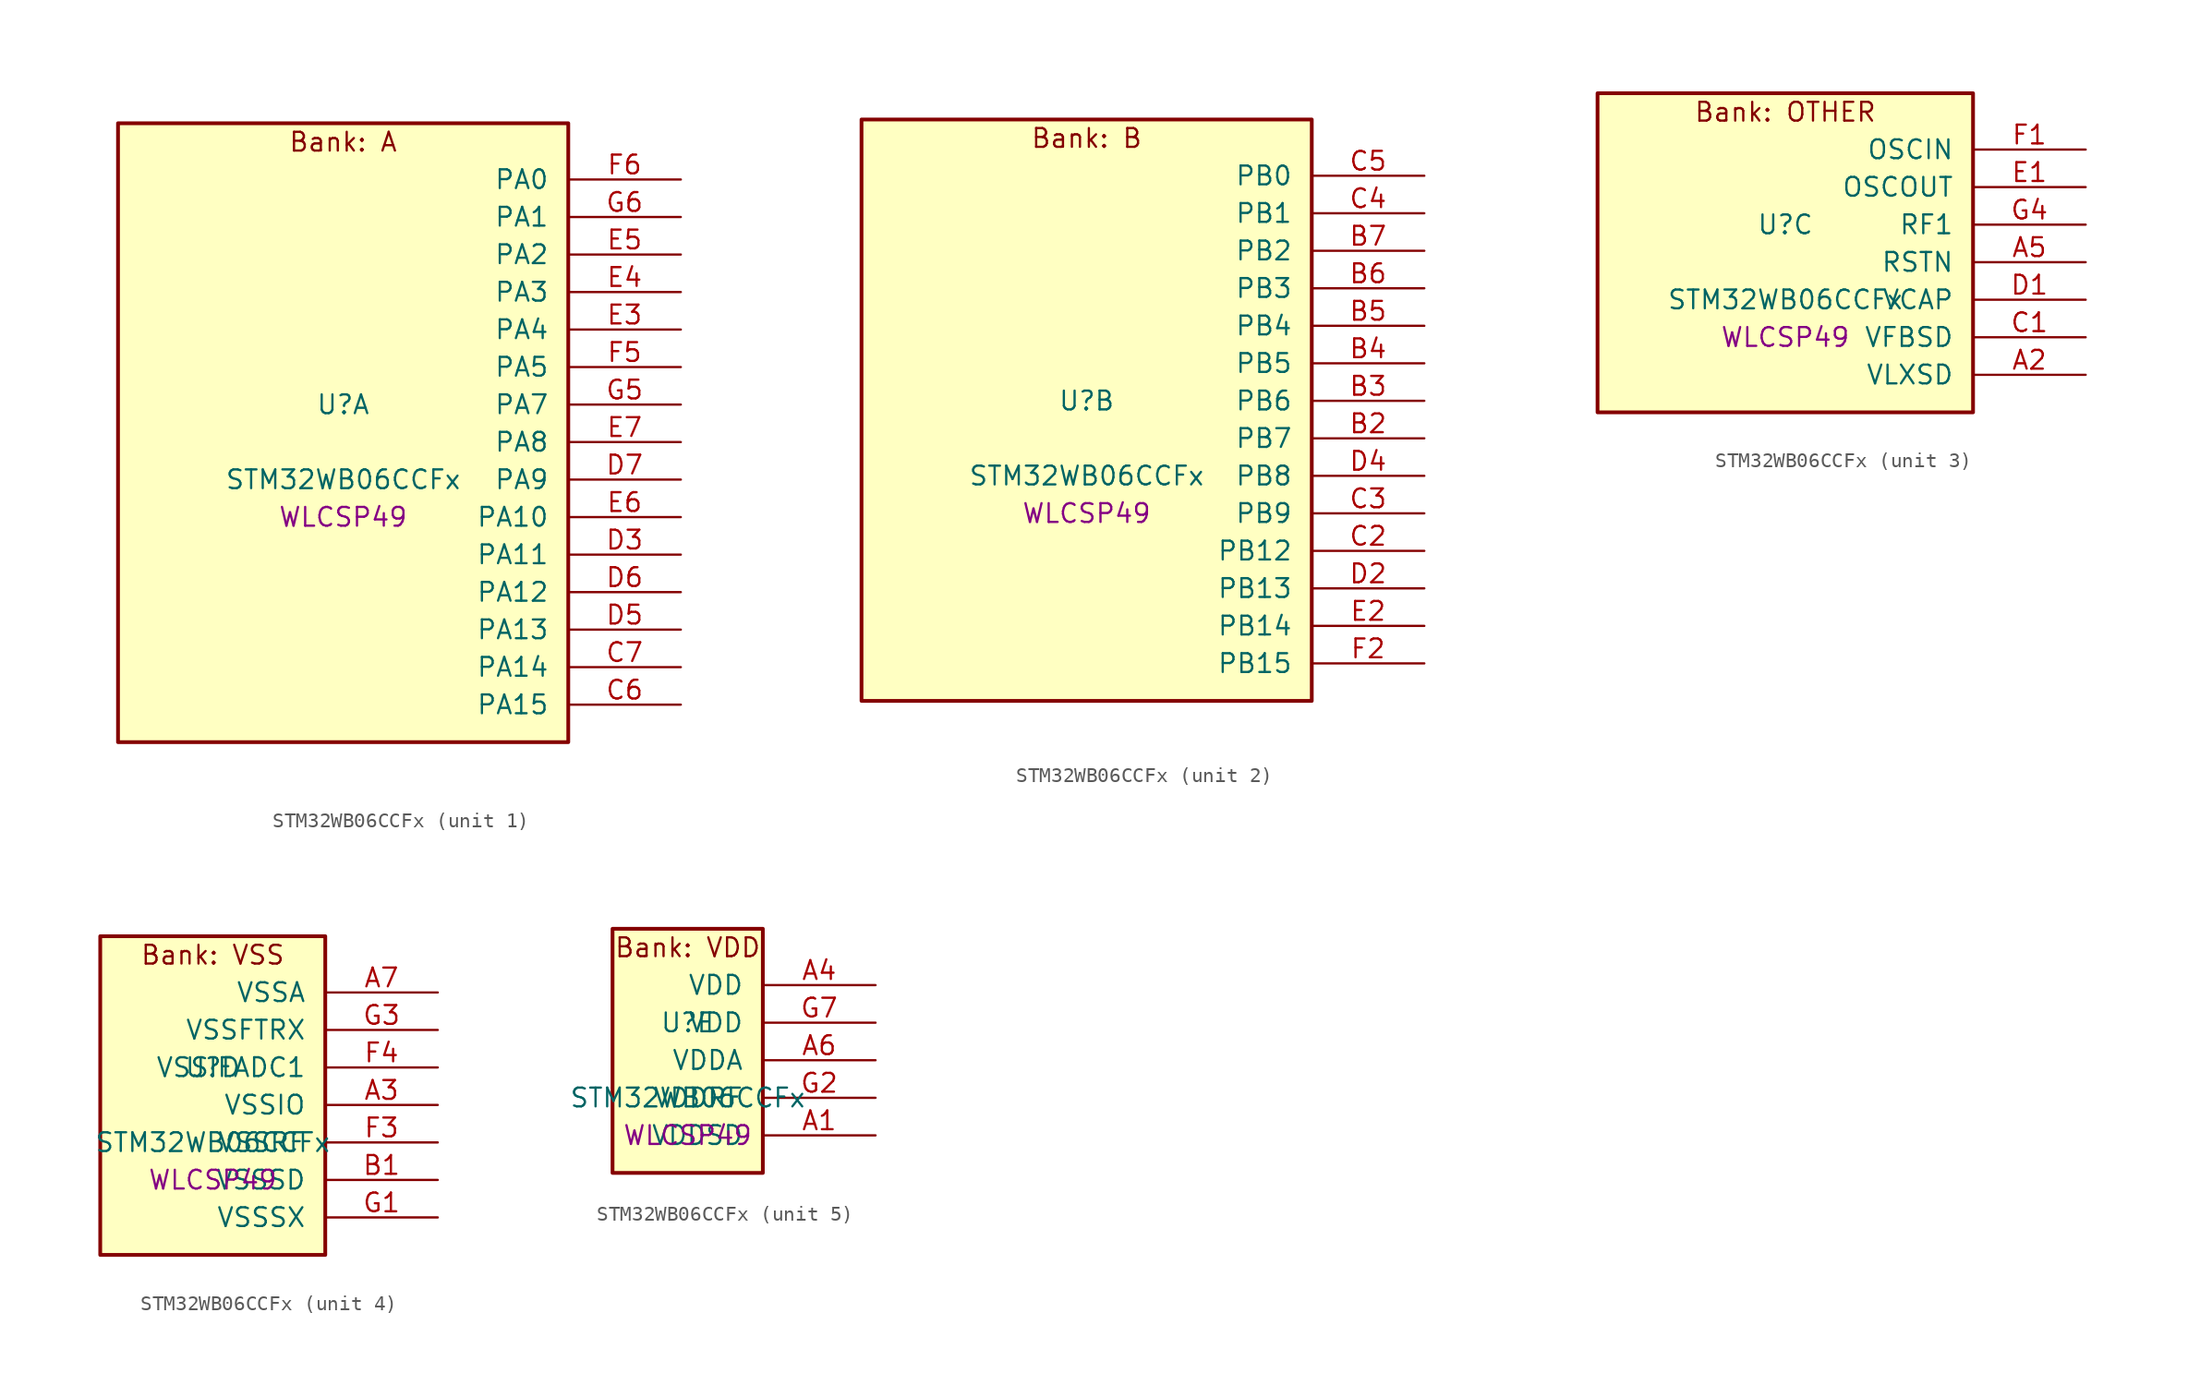
<source format=kicad_sym>
(kicad_symbol_lib
  (version 20241209)
  (generator "stm32_pkl_generator")
  (generator_version "1.0")
  (symbol "STM32WB06CCFx"
    (pin_names
      (offset 1.27))
    (property "Reference" "U"
      (at 0 2.54 0))
    (property "Value" "STM32WB06CCFx"
      (at 0 -2.54 0))
    (property "Footprint" "WLCSP49"
      (at 0 -5.08 0))
    (symbol "STM32WB06CCFx_1_1"
      (rectangle (start -15.24 21.59) (end 15.24 -20.32) (stroke (width 0.254) (type solid)) (fill (type background)))
      (text "Bank: A" (at 0 20.32 0))
      (pin bidirectional line (at 22.86 17.78 180) (length 7.62) (name "PA0") (number "F6") (alternate "PA0/I2C1_SCL" bidirectional line) (alternate "PA0/I2S2_MCK" bidirectional line) (alternate "PA0/PWR_WKUP12" bidirectional line) (alternate "PA0/TIM1_CH3" bidirectional line) (alternate "PA0/USART1_CTS" bidirectional line))
      (pin bidirectional line (at 22.86 15.24 180) (length 7.62) (name "PA1") (number "G6") (alternate "PA1/I2C1_SDA" bidirectional line) (alternate "PA1/PWR_WKUP13" bidirectional line) (alternate "PA1/SPI2_MISO" bidirectional line) (alternate "PA1/TIM1_CH4" bidirectional line) (alternate "PA1/USART1_TX" bidirectional line))
      (pin bidirectional line (at 22.86 12.7 180) (length 7.62) (name "PA2") (number "E5") (alternate "PA2/DEBUG_SWDIO" bidirectional line) (alternate "PA2/I2S3_MCK" bidirectional line) (alternate "PA2/PWR_WKUP14" bidirectional line) (alternate "PA2/USART1_CK" bidirectional line))
      (pin bidirectional line (at 22.86 10.16 180) (length 7.62) (name "PA3") (number "E4") (alternate "PA3/DEBUG_SWCLK" bidirectional line) (alternate "PA3/I2S3_SCK" bidirectional line) (alternate "PA3/PWR_WKUP15" bidirectional line) (alternate "PA3/SPI3_SCK" bidirectional line) (alternate "PA3/TIM1_BKIN2" bidirectional line) (alternate "PA3/USART1_DE" bidirectional line) (alternate "PA3/USART1_RTS" bidirectional line))
      (pin bidirectional line (at 22.86 7.62 180) (length 7.62) (name "PA4") (number "E3") (alternate "PA4/I2S2_WS" bidirectional line) (alternate "PA4/LPUART1_TX" bidirectional line) (alternate "PA4/PWR_WKUP16" bidirectional line) (alternate "PA4/RCC_LCO" bidirectional line) (alternate "PA4/SPI2_NSS" bidirectional line) (alternate "PA4/TIM1_CH1" bidirectional line))
      (pin bidirectional line (at 22.86 5.08 180) (length 7.62) (name "PA5") (number "F5") (alternate "PA5/I2S2_SCK" bidirectional line) (alternate "PA5/LPUART1_RX" bidirectional line) (alternate "PA5/PWR_WKUP17" bidirectional line) (alternate "PA5/RCC_LCO" bidirectional line) (alternate "PA5/RCC_MCO" bidirectional line) (alternate "PA5/SPI2_SCK" bidirectional line) (alternate "PA5/TIM1_CH2" bidirectional line))
      (pin bidirectional line (at 22.86 2.54 180) (length 7.62) (name "PA7") (number "G5") (alternate "PA7/I2S2_SCK" bidirectional line) (alternate "PA7/LPUART1_DE" bidirectional line) (alternate "PA7/LPUART1_RTS" bidirectional line) (alternate "PA7/PWR_WKUP19" bidirectional line) (alternate "PA7/RTC_OUT" bidirectional line) (alternate "PA7/SPI2_MISO" bidirectional line) (alternate "PA7/SPI2_SCK" bidirectional line) (alternate "PA7/TIM1_CH2" bidirectional line))
      (pin bidirectional line (at 22.86 0 180) (length 7.62) (name "PA8") (number "E7") (alternate "PA8/PWR_WKUP8" bidirectional line) (alternate "PA8/PWR_WKUP20" bidirectional line) (alternate "PA8/RADIO_RX_SEQUENCE" bidirectional line) (alternate "PA8/RTC_OUT" bidirectional line) (alternate "PA8/SPI1_MOSI" bidirectional line) (alternate "PA8/SPI3_MISO" bidirectional line) (alternate "PA8/TIM1_CH3" bidirectional line) (alternate "PA8/USART1_RX" bidirectional line))
      (pin bidirectional line (at 22.86 -2.54 180) (length 7.62) (name "PA9") (number "D7") (alternate "PA9/I2S3_WS" bidirectional line) (alternate "PA9/PWR_WKUP9" bidirectional line) (alternate "PA9/PWR_WKUP21" bidirectional line) (alternate "PA9/RTC_OUT" bidirectional line) (alternate "PA9/SPI1_SCK" bidirectional line) (alternate "PA9/SPI3_NSS" bidirectional line) (alternate "PA9/TIM1_CH4" bidirectional line) (alternate "PA9/USART1_TX" bidirectional line))
      (pin bidirectional line (at 22.86 -5.08 180) (length 7.62) (name "PA10") (number "E6") (alternate "PA10/I2S3_MCK" bidirectional line) (alternate "PA10/PWR_WKUP10" bidirectional line) (alternate "PA10/PWR_WKUP22" bidirectional line) (alternate "PA10/RADIO_TX_SEQUENCE" bidirectional line) (alternate "PA10/RCC_LCO" bidirectional line) (alternate "PA10/SPI1_MISO" bidirectional line))
      (pin bidirectional line (at 22.86 -7.62 180) (length 7.62) (name "PA11") (number "D3") (alternate "PA11/I2S3_SD" bidirectional line) (alternate "PA11/PWR_WKUP11" bidirectional line) (alternate "PA11/PWR_WKUP23" bidirectional line) (alternate "PA11/RADIO_RX_SEQUENCE" bidirectional line) (alternate "PA11/RCC_MCO" bidirectional line) (alternate "PA11/RTC_OUT" bidirectional line) (alternate "PA11/SPI1_NSS" bidirectional line) (alternate "PA11/SPI3_MOSI" bidirectional line))
      (pin bidirectional line (at 22.86 -10.16 180) (length 7.62) (name "PA12") (number "D6") (alternate "PA12/ADC1_VINM3" bidirectional line) (alternate "PA12/I2C1_SMBA" bidirectional line) (alternate "PA12/I2S2_SD" bidirectional line) (alternate "PA12/PWR_WKUP24" bidirectional line) (alternate "PA12/SPI1_NSS" bidirectional line) (alternate "PA12/SPI2_MOSI" bidirectional line) (alternate "PA12/TIM1_CH1" bidirectional line))
      (pin bidirectional line (at 22.86 -12.7 180) (length 7.62) (name "PA13") (number "D5") (alternate "PA13/ADC1_VINP3" bidirectional line) (alternate "PA13/I2C2_SCL" bidirectional line) (alternate "PA13/PWR_WKUP25" bidirectional line) (alternate "PA13/SPI1_SCK" bidirectional line) (alternate "PA13/SPI2_MISO" bidirectional line) (alternate "PA13/TIM1_ETR" bidirectional line))
      (pin bidirectional line (at 22.86 -15.24 180) (length 7.62) (name "PA14") (number "C7") (alternate "PA14/ADC1_VINM2" bidirectional line) (alternate "PA14/I2C2_SDA" bidirectional line) (alternate "PA14/PWR_WKUP26" bidirectional line) (alternate "PA14/SPI1_MISO" bidirectional line))
      (pin bidirectional line (at 22.86 -17.78 180) (length 7.62) (name "PA15") (number "C6") (alternate "PA15/ADC1_VINP2" bidirectional line) (alternate "PA15/I2C2_SMBA" bidirectional line) (alternate "PA15/PWR_WKUP27" bidirectional line) (alternate "PA15/SPI1_MOSI" bidirectional line) (alternate "PA15/TIM1_BKIN2" bidirectional line)))
    (symbol "STM32WB06CCFx_2_1"
      (rectangle (start -15.24 21.59) (end 15.24 -17.78) (stroke (width 0.254) (type solid)) (fill (type background)))
      (text "Bank: B" (at 0 20.32 0))
      (pin bidirectional line (at 22.86 17.78 180) (length 7.62) (name "PB0") (number "C5") (alternate "PB0/ADC1_VINM1" bidirectional line) (alternate "PB0/LPUART1_DE" bidirectional line) (alternate "PB0/LPUART1_RTS" bidirectional line) (alternate "PB0/PWR_WKUP0" bidirectional line) (alternate "PB0/TIM1_CH2N" bidirectional line) (alternate "PB0/USART1_RX" bidirectional line))
      (pin bidirectional line (at 22.86 15.24 180) (length 7.62) (name "PB1") (number "C4") (alternate "PB1/ADC1_PDM_CLK" bidirectional line) (alternate "PB1/ADC1_VINP1" bidirectional line) (alternate "PB1/PWR_WKUP1" bidirectional line) (alternate "PB1/SPI1_NSS" bidirectional line) (alternate "PB1/TIM1_ETR" bidirectional line))
      (pin bidirectional line (at 22.86 12.7 180) (length 7.62) (name "PB2") (number "B7") (alternate "PB2/ADC1_PDM_DATA" bidirectional line) (alternate "PB2/ADC1_PGA_CAP0" bidirectional line) (alternate "PB2/ADC1_VINM0" bidirectional line) (alternate "PB2/PWR_WKUP2" bidirectional line) (alternate "PB2/TIM1_CH3" bidirectional line) (alternate "PB2/USART1_DE" bidirectional line) (alternate "PB2/USART1_RTS" bidirectional line))
      (pin bidirectional line (at 22.86 10.16 180) (length 7.62) (name "PB3") (number "B6") (alternate "PB3/ADC1_PGA_CAP1" bidirectional line) (alternate "PB3/ADC1_VINP0" bidirectional line) (alternate "PB3/LPUART1_TX" bidirectional line) (alternate "PB3/PWR_WKUP3" bidirectional line) (alternate "PB3/TIM1_CH4" bidirectional line) (alternate "PB3/USART1_CTS" bidirectional line))
      (pin bidirectional line (at 22.86 7.62 180) (length 7.62) (name "PB4") (number "B5") (alternate "PB4/ADC1_PDM_DATA" bidirectional line) (alternate "PB4/ADC1_PGA_VIN" bidirectional line) (alternate "PB4/LPUART1_TX" bidirectional line) (alternate "PB4/PWR_WKUP4" bidirectional line) (alternate "PB4/SPI2_MISO" bidirectional line))
      (pin bidirectional line (at 22.86 5.08 180) (length 7.62) (name "PB5") (number "B4") (alternate "PB5/ADC1_PDM_CLK" bidirectional line) (alternate "PB5/ADC1_PGA_VBIAS_MIC" bidirectional line) (alternate "PB5/I2S2_SD" bidirectional line) (alternate "PB5/LPUART1_RX" bidirectional line) (alternate "PB5/PWR_WKUP5" bidirectional line) (alternate "PB5/SPI2_MOSI" bidirectional line))
      (pin bidirectional line (at 22.86 2.54 180) (length 7.62) (name "PB6") (number "B3") (alternate "PB6/I2C2_SCL" bidirectional line) (alternate "PB6/I2S2_WS" bidirectional line) (alternate "PB6/LPUART1_TX" bidirectional line) (alternate "PB6/PWR_WKUP6" bidirectional line) (alternate "PB6/SPI2_NSS" bidirectional line) (alternate "PB6/TIM1_CH1" bidirectional line))
      (pin bidirectional line (at 22.86 0 180) (length 7.62) (name "PB7") (number "B2") (alternate "PB7/I2C2_SDA" bidirectional line) (alternate "PB7/I2S2_SCK" bidirectional line) (alternate "PB7/LPUART1_RX" bidirectional line) (alternate "PB7/PWR_WKUP7" bidirectional line) (alternate "PB7/SPI2_SCK" bidirectional line) (alternate "PB7/TIM1_CH2" bidirectional line))
      (pin bidirectional line (at 22.86 -2.54 180) (length 7.62) (name "PB8") (number "D4") (alternate "PB8/LPUART1_RX" bidirectional line) (alternate "PB8/PWR_WKUP20" bidirectional line) (alternate "PB8/TIM1_CH1N" bidirectional line) (alternate "PB8/TIM1_CH4" bidirectional line) (alternate "PB8/USART1_CK" bidirectional line))
      (pin bidirectional line (at 22.86 -5.08 180) (length 7.62) (name "PB9") (number "C3") (alternate "PB9/I2S2_MCK" bidirectional line) (alternate "PB9/LPUART1_CTS" bidirectional line) (alternate "PB9/PWR_WKUP21" bidirectional line) (alternate "PB9/TIM1_CH1N" bidirectional line) (alternate "PB9/TIM1_CH2N" bidirectional line) (alternate "PB9/USART1_TX" bidirectional line))
      (pin bidirectional line (at 22.86 -7.62 180) (length 7.62) (name "PB12") (number "C2") (alternate "PB12/ADC1_PDM_DATA" bidirectional line) (alternate "PB12/RCC_LCO" bidirectional line) (alternate "PB12/RCC_OSC32_OUT" bidirectional line) (alternate "PB12/SPI1_SCK" bidirectional line) (alternate "PB12/TIM1_CH3" bidirectional line))
      (pin bidirectional line (at 22.86 -10.16 180) (length 7.62) (name "PB13") (number "D2") (alternate "PB13/ADC1_PDM_CLK" bidirectional line) (alternate "PB13/I2C2_SCL" bidirectional line) (alternate "PB13/RCC_OSC32_IN" bidirectional line) (alternate "PB13/SPI1_MISO" bidirectional line) (alternate "PB13/TIM1_BKIN2" bidirectional line) (alternate "PB13/TIM1_CH4" bidirectional line))
      (pin bidirectional line (at 22.86 -12.7 180) (length 7.62) (name "PB14") (number "E2") (alternate "PB14/I2C2_SDA" bidirectional line) (alternate "PB14/PWR_PVD_IN" bidirectional line) (alternate "PB14/SPI1_MOSI" bidirectional line) (alternate "PB14/TIM1_CH3N" bidirectional line) (alternate "PB14/TIM1_ETR" bidirectional line) (alternate "PB14/USART1_RX" bidirectional line))
      (pin bidirectional line (at 22.86 -15.24 180) (length 7.62) (name "PB15") (number "F2") (alternate "PB15/I2C1_SMBA" bidirectional line) (alternate "PB15/RADIO_TX_SEQUENCE" bidirectional line) (alternate "PB15/RCC_MCO" bidirectional line) (alternate "PB15/USART1_TX" bidirectional line)))
    (symbol "STM32WB06CCFx_3_1"
      (rectangle (start -12.7 11.43) (end 12.7 -10.16) (stroke (width 0.254) (type solid)) (fill (type background)))
      (text "Bank: OTHER" (at 0 10.16 0))
      (pin bidirectional line (at 20.32 7.62 180) (length 7.62) (name "OSCIN") (number "F1") (alternate "OSCIN/RCC_OSC_IN" bidirectional line))
      (pin bidirectional line (at 20.32 5.08 180) (length 7.62) (name "OSCOUT") (number "E1") (alternate "OSCOUT/RCC_OSC_OUT" bidirectional line))
      (pin bidirectional line (at 20.32 2.54 180) (length 7.62) (name "RF1") (number "G4") (alternate "RF1/RADIO_RF1" bidirectional line))
      (pin power_in line (at 20.32 0 180) (length 7.62) (name "RSTN") (number "A5"))
      (pin power_in line (at 20.32 -2.54 180) (length 7.62) (name "VCAP") (number "D1"))
      (pin power_in line (at 20.32 -5.08 180) (length 7.62) (name "VFBSD") (number "C1"))
      (pin power_in line (at 20.32 -7.62 180) (length 7.62) (name "VLXSD") (number "A2")))
    (symbol "STM32WB06CCFx_4_1"
      (rectangle (start -7.62 11.43) (end 7.62 -10.16) (stroke (width 0.254) (type solid)) (fill (type background)))
      (text "Bank: VSS" (at 0 10.16 0))
      (pin power_in line (at 15.24 7.62 180) (length 7.62) (name "VSSA") (number "A7"))
      (pin power_in line (at 15.24 5.08 180) (length 7.62) (name "VSSFTRX") (number "G3"))
      (pin power_in line (at 15.24 2.54 180) (length 7.62) (name "VSSIFADC1") (number "F4"))
      (pin power_in line (at 15.24 0 180) (length 7.62) (name "VSSIO") (number "A3"))
      (pin power_in line (at 15.24 -2.54 180) (length 7.62) (name "VSSRF") (number "F3"))
      (pin power_in line (at 15.24 -5.08 180) (length 7.62) (name "VSSSD") (number "B1"))
      (pin power_in line (at 15.24 -7.62 180) (length 7.62) (name "VSSSX") (number "G1")))
    (symbol "STM32WB06CCFx_5_1"
      (rectangle (start -5.08 8.89) (end 5.08 -7.62) (stroke (width 0.254) (type solid)) (fill (type background)))
      (text "Bank: VDD" (at 0 7.62 0))
      (pin power_in line (at 12.7 5.08 180) (length 7.62) (name "VDD") (number "A4"))
      (pin power_in line (at 12.7 2.54 180) (length 7.62) (name "VDD") (number "G7"))
      (pin power_in line (at 12.7 0 180) (length 7.62) (name "VDDA") (number "A6"))
      (pin power_in line (at 12.7 -2.54 180) (length 7.62) (name "VDDRF") (number "G2"))
      (pin power_in line (at 12.7 -5.08 180) (length 7.62) (name "VDDSD") (number "A1")))))
</source>
